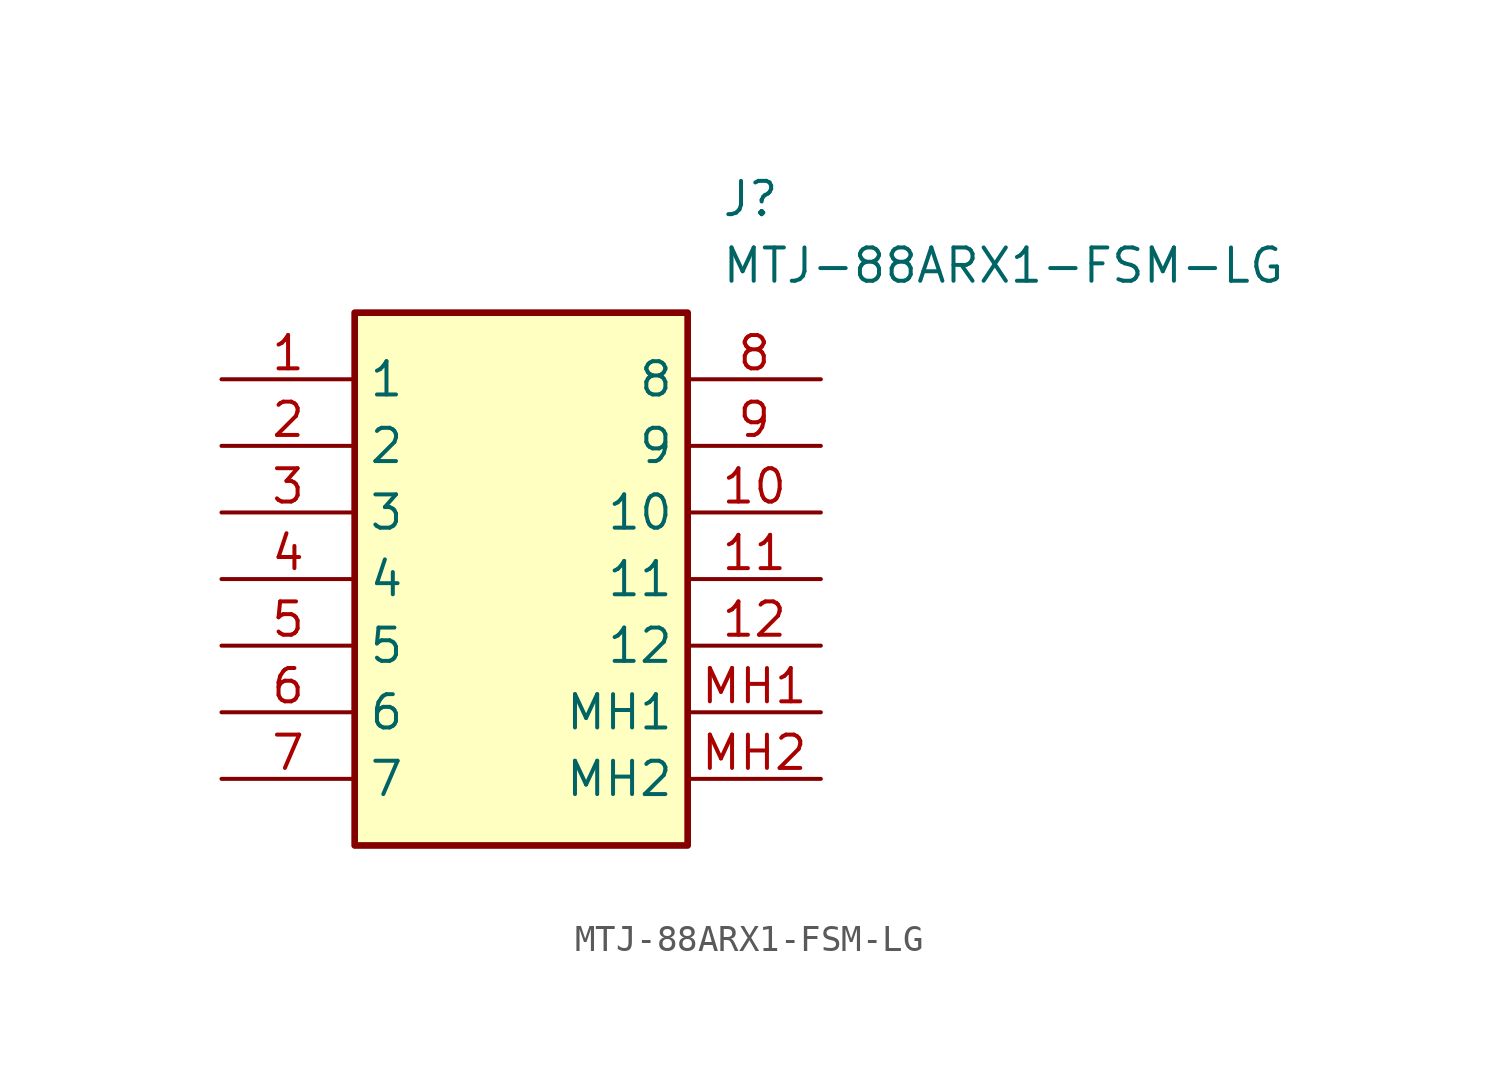
<source format=kicad_sym>
(kicad_symbol_lib
  (version 20211014)
  (generator SamacSys_ECAD_Model)
  (symbol "MTJ-88ARX1-FSM-LG"
    (property "Reference" "J"
      (at 19.05 7.62 0)
      (effects (font (size 1.27 1.27)) (justify left top)))
    (property "Value" "MTJ-88ARX1-FSM-LG"
      (at 19.05 5.08 0)
      (effects (font (size 1.27 1.27)) (justify left top)))
    (rectangle
      (start 5.08 2.54)
      (end 17.78 -17.78)
      (stroke (width 0.254) (type default))
      (fill (type background)))
    (pin passive line
      (at 0 0 0)
      (length 5.08)
      (name "1" (effects (font (size 1.27 1.27))))
      (number "1" (effects (font (size 1.27 1.27)))))
    (pin passive line
      (at 0 -2.54 0)
      (length 5.08)
      (name "2" (effects (font (size 1.27 1.27))))
      (number "2" (effects (font (size 1.27 1.27)))))
    (pin passive line
      (at 0 -5.08 0)
      (length 5.08)
      (name "3" (effects (font (size 1.27 1.27))))
      (number "3" (effects (font (size 1.27 1.27)))))
    (pin passive line
      (at 0 -7.62 0)
      (length 5.08)
      (name "4" (effects (font (size 1.27 1.27))))
      (number "4" (effects (font (size 1.27 1.27)))))
    (pin passive line
      (at 0 -10.16 0)
      (length 5.08)
      (name "5" (effects (font (size 1.27 1.27))))
      (number "5" (effects (font (size 1.27 1.27)))))
    (pin passive line
      (at 0 -12.7 0)
      (length 5.08)
      (name "6" (effects (font (size 1.27 1.27))))
      (number "6" (effects (font (size 1.27 1.27)))))
    (pin passive line
      (at 0 -15.24 0)
      (length 5.08)
      (name "7" (effects (font (size 1.27 1.27))))
      (number "7" (effects (font (size 1.27 1.27)))))
    (pin passive line
      (at 22.86 0 180)
      (length 5.08)
      (name "8" (effects (font (size 1.27 1.27))))
      (number "8" (effects (font (size 1.27 1.27)))))
    (pin passive line
      (at 22.86 -2.54 180)
      (length 5.08)
      (name "9" (effects (font (size 1.27 1.27))))
      (number "9" (effects (font (size 1.27 1.27)))))
    (pin passive line
      (at 22.86 -5.08 180)
      (length 5.08)
      (name "10" (effects (font (size 1.27 1.27))))
      (number "10" (effects (font (size 1.27 1.27)))))
    (pin passive line
      (at 22.86 -7.62 180)
      (length 5.08)
      (name "11" (effects (font (size 1.27 1.27))))
      (number "11" (effects (font (size 1.27 1.27)))))
    (pin passive line
      (at 22.86 -10.16 180)
      (length 5.08)
      (name "12" (effects (font (size 1.27 1.27))))
      (number "12" (effects (font (size 1.27 1.27)))))
    (pin passive line
      (at 22.86 -12.7 180)
      (length 5.08)
      (name "MH1" (effects (font (size 1.27 1.27))))
      (number "MH1" (effects (font (size 1.27 1.27)))))
    (pin passive line
      (at 22.86 -15.24 180)
      (length 5.08)
      (name "MH2" (effects (font (size 1.27 1.27))))
      (number "MH2" (effects (font (size 1.27 1.27)))))))
</source>
